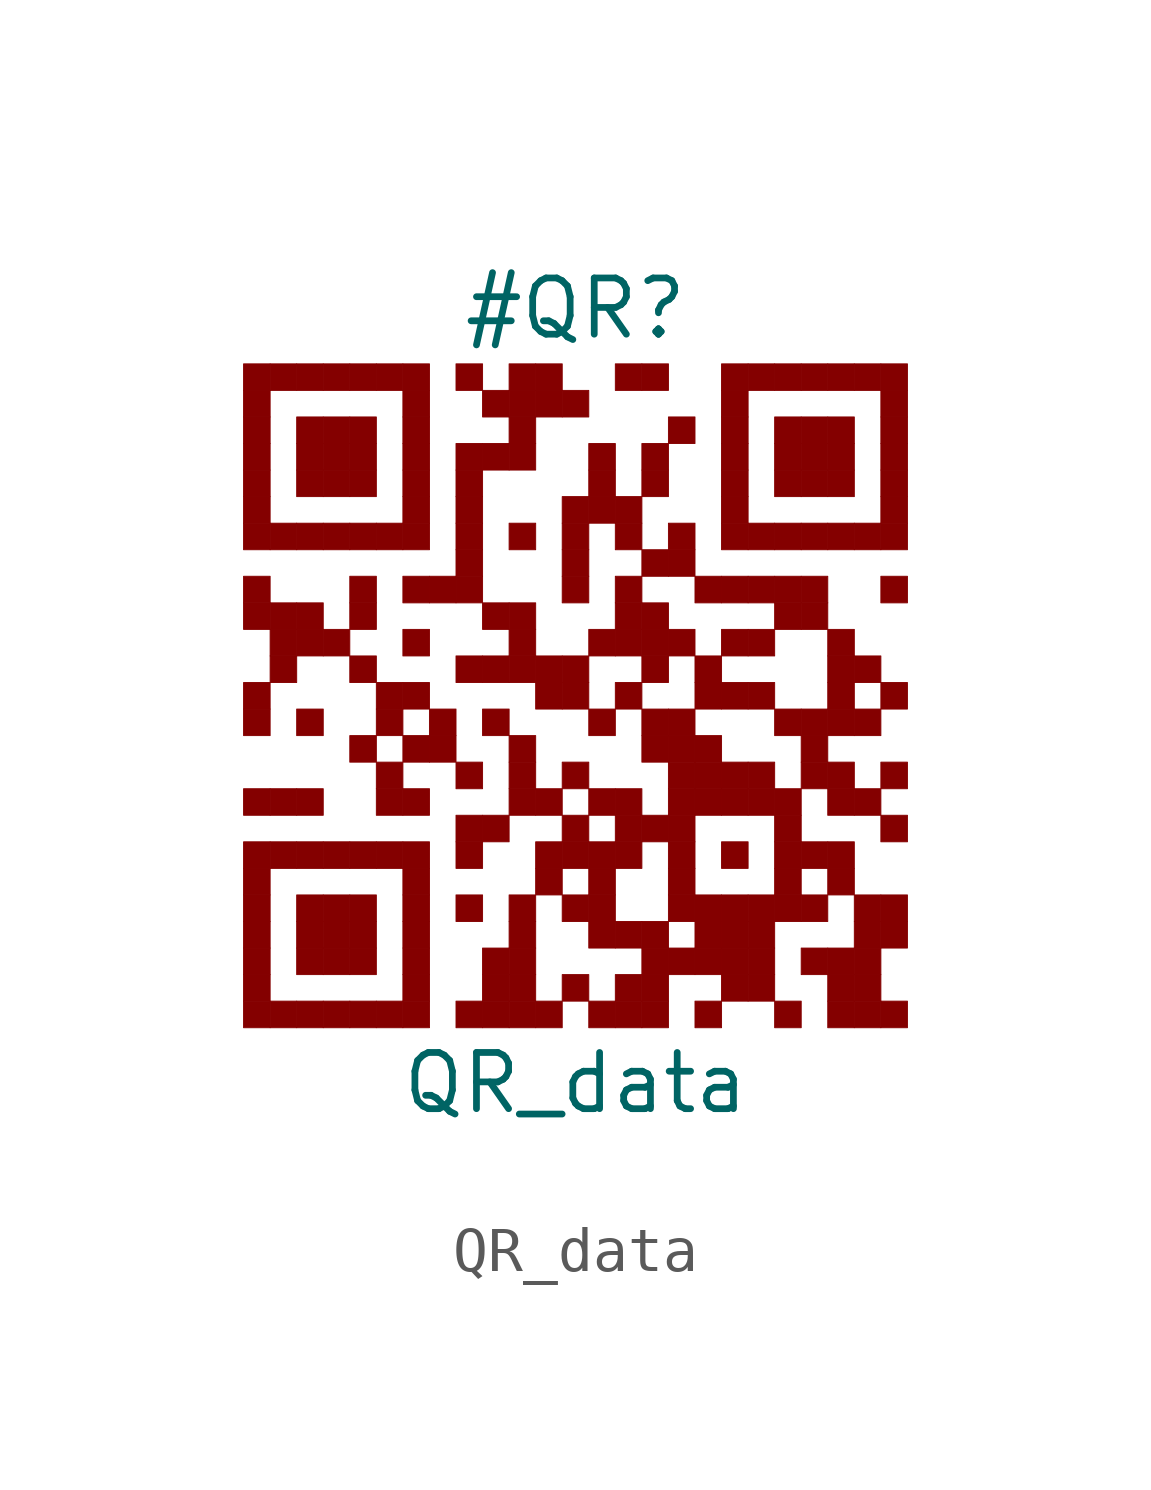
<source format=kicad_sym>
(kicad_symbol_lib
  (version 20211014)
  (generator kibot)
  (symbol "QR_data"
    (pin_numbers hide)
    (pin_names hide)
    (property "Reference" "#QR"
      (at 0 8.75 0))
    (property "Value" "QR_data"
      (at 0 -8.75 0))
    (rectangle
      (start -7.5 7.5)
      (end -6.9 6.9)
      (stroke (width 0.001) (type default))
      (fill (type outline)))
    (rectangle
      (start -6.9 7.5)
      (end -6.3 6.9)
      (stroke (width 0.001) (type default))
      (fill (type outline)))
    (rectangle
      (start -6.3 7.5)
      (end -5.7 6.9)
      (stroke (width 0.001) (type default))
      (fill (type outline)))
    (rectangle
      (start -5.7 7.5)
      (end -5.1 6.9)
      (stroke (width 0.001) (type default))
      (fill (type outline)))
    (rectangle
      (start -5.1 7.5)
      (end -4.5 6.9)
      (stroke (width 0.001) (type default))
      (fill (type outline)))
    (rectangle
      (start -4.5 7.5)
      (end -3.9 6.9)
      (stroke (width 0.001) (type default))
      (fill (type outline)))
    (rectangle
      (start -3.9 7.5)
      (end -3.3 6.9)
      (stroke (width 0.001) (type default))
      (fill (type outline)))
    (rectangle
      (start -2.7 7.5)
      (end -2.1 6.9)
      (stroke (width 0.001) (type default))
      (fill (type outline)))
    (rectangle
      (start -1.5 7.5)
      (end -0.9 6.9)
      (stroke (width 0.001) (type default))
      (fill (type outline)))
    (rectangle
      (start -0.9 7.5)
      (end -0.3 6.9)
      (stroke (width 0.001) (type default))
      (fill (type outline)))
    (rectangle
      (start 0.9 7.5)
      (end 1.5 6.9)
      (stroke (width 0.001) (type default))
      (fill (type outline)))
    (rectangle
      (start 1.5 7.5)
      (end 2.1 6.9)
      (stroke (width 0.001) (type default))
      (fill (type outline)))
    (rectangle
      (start 3.3 7.5)
      (end 3.9 6.9)
      (stroke (width 0.001) (type default))
      (fill (type outline)))
    (rectangle
      (start 3.9 7.5)
      (end 4.5 6.9)
      (stroke (width 0.001) (type default))
      (fill (type outline)))
    (rectangle
      (start 4.5 7.5)
      (end 5.1 6.9)
      (stroke (width 0.001) (type default))
      (fill (type outline)))
    (rectangle
      (start 5.1 7.5)
      (end 5.7 6.9)
      (stroke (width 0.001) (type default))
      (fill (type outline)))
    (rectangle
      (start 5.7 7.5)
      (end 6.3 6.9)
      (stroke (width 0.001) (type default))
      (fill (type outline)))
    (rectangle
      (start 6.3 7.5)
      (end 6.9 6.9)
      (stroke (width 0.001) (type default))
      (fill (type outline)))
    (rectangle
      (start 6.9 7.5)
      (end 7.5 6.9)
      (stroke (width 0.001) (type default))
      (fill (type outline)))
    (rectangle
      (start -7.5 6.9)
      (end -6.9 6.3)
      (stroke (width 0.001) (type default))
      (fill (type outline)))
    (rectangle
      (start -3.9 6.9)
      (end -3.3 6.3)
      (stroke (width 0.001) (type default))
      (fill (type outline)))
    (rectangle
      (start -2.1 6.9)
      (end -1.5 6.3)
      (stroke (width 0.001) (type default))
      (fill (type outline)))
    (rectangle
      (start -1.5 6.9)
      (end -0.9 6.3)
      (stroke (width 0.001) (type default))
      (fill (type outline)))
    (rectangle
      (start -0.9 6.9)
      (end -0.3 6.3)
      (stroke (width 0.001) (type default))
      (fill (type outline)))
    (rectangle
      (start -0.3 6.9)
      (end 0.3 6.3)
      (stroke (width 0.001) (type default))
      (fill (type outline)))
    (rectangle
      (start 3.3 6.9)
      (end 3.9 6.3)
      (stroke (width 0.001) (type default))
      (fill (type outline)))
    (rectangle
      (start 6.9 6.9)
      (end 7.5 6.3)
      (stroke (width 0.001) (type default))
      (fill (type outline)))
    (rectangle
      (start -7.5 6.3)
      (end -6.9 5.7)
      (stroke (width 0.001) (type default))
      (fill (type outline)))
    (rectangle
      (start -6.3 6.3)
      (end -5.7 5.7)
      (stroke (width 0.001) (type default))
      (fill (type outline)))
    (rectangle
      (start -5.7 6.3)
      (end -5.1 5.7)
      (stroke (width 0.001) (type default))
      (fill (type outline)))
    (rectangle
      (start -5.1 6.3)
      (end -4.5 5.7)
      (stroke (width 0.001) (type default))
      (fill (type outline)))
    (rectangle
      (start -3.9 6.3)
      (end -3.3 5.7)
      (stroke (width 0.001) (type default))
      (fill (type outline)))
    (rectangle
      (start -1.5 6.3)
      (end -0.9 5.7)
      (stroke (width 0.001) (type default))
      (fill (type outline)))
    (rectangle
      (start 2.1 6.3)
      (end 2.7 5.7)
      (stroke (width 0.001) (type default))
      (fill (type outline)))
    (rectangle
      (start 3.3 6.3)
      (end 3.9 5.7)
      (stroke (width 0.001) (type default))
      (fill (type outline)))
    (rectangle
      (start 4.5 6.3)
      (end 5.1 5.7)
      (stroke (width 0.001) (type default))
      (fill (type outline)))
    (rectangle
      (start 5.1 6.3)
      (end 5.7 5.7)
      (stroke (width 0.001) (type default))
      (fill (type outline)))
    (rectangle
      (start 5.7 6.3)
      (end 6.3 5.7)
      (stroke (width 0.001) (type default))
      (fill (type outline)))
    (rectangle
      (start 6.9 6.3)
      (end 7.5 5.7)
      (stroke (width 0.001) (type default))
      (fill (type outline)))
    (rectangle
      (start -7.5 5.7)
      (end -6.9 5.1)
      (stroke (width 0.001) (type default))
      (fill (type outline)))
    (rectangle
      (start -6.3 5.7)
      (end -5.7 5.1)
      (stroke (width 0.001) (type default))
      (fill (type outline)))
    (rectangle
      (start -5.7 5.7)
      (end -5.1 5.1)
      (stroke (width 0.001) (type default))
      (fill (type outline)))
    (rectangle
      (start -5.1 5.7)
      (end -4.5 5.1)
      (stroke (width 0.001) (type default))
      (fill (type outline)))
    (rectangle
      (start -3.9 5.7)
      (end -3.3 5.1)
      (stroke (width 0.001) (type default))
      (fill (type outline)))
    (rectangle
      (start -2.7 5.7)
      (end -2.1 5.1)
      (stroke (width 0.001) (type default))
      (fill (type outline)))
    (rectangle
      (start -2.1 5.7)
      (end -1.5 5.1)
      (stroke (width 0.001) (type default))
      (fill (type outline)))
    (rectangle
      (start -1.5 5.7)
      (end -0.9 5.1)
      (stroke (width 0.001) (type default))
      (fill (type outline)))
    (rectangle
      (start 0.3 5.7)
      (end 0.9 5.1)
      (stroke (width 0.001) (type default))
      (fill (type outline)))
    (rectangle
      (start 1.5 5.7)
      (end 2.1 5.1)
      (stroke (width 0.001) (type default))
      (fill (type outline)))
    (rectangle
      (start 3.3 5.7)
      (end 3.9 5.1)
      (stroke (width 0.001) (type default))
      (fill (type outline)))
    (rectangle
      (start 4.5 5.7)
      (end 5.1 5.1)
      (stroke (width 0.001) (type default))
      (fill (type outline)))
    (rectangle
      (start 5.1 5.7)
      (end 5.7 5.1)
      (stroke (width 0.001) (type default))
      (fill (type outline)))
    (rectangle
      (start 5.7 5.7)
      (end 6.3 5.1)
      (stroke (width 0.001) (type default))
      (fill (type outline)))
    (rectangle
      (start 6.9 5.7)
      (end 7.5 5.1)
      (stroke (width 0.001) (type default))
      (fill (type outline)))
    (rectangle
      (start -7.5 5.1)
      (end -6.9 4.5)
      (stroke (width 0.001) (type default))
      (fill (type outline)))
    (rectangle
      (start -6.3 5.1)
      (end -5.7 4.5)
      (stroke (width 0.001) (type default))
      (fill (type outline)))
    (rectangle
      (start -5.7 5.1)
      (end -5.1 4.5)
      (stroke (width 0.001) (type default))
      (fill (type outline)))
    (rectangle
      (start -5.1 5.1)
      (end -4.5 4.5)
      (stroke (width 0.001) (type default))
      (fill (type outline)))
    (rectangle
      (start -3.9 5.1)
      (end -3.3 4.5)
      (stroke (width 0.001) (type default))
      (fill (type outline)))
    (rectangle
      (start -2.7 5.1)
      (end -2.1 4.5)
      (stroke (width 0.001) (type default))
      (fill (type outline)))
    (rectangle
      (start 0.3 5.1)
      (end 0.9 4.5)
      (stroke (width 0.001) (type default))
      (fill (type outline)))
    (rectangle
      (start 1.5 5.1)
      (end 2.1 4.5)
      (stroke (width 0.001) (type default))
      (fill (type outline)))
    (rectangle
      (start 3.3 5.1)
      (end 3.9 4.5)
      (stroke (width 0.001) (type default))
      (fill (type outline)))
    (rectangle
      (start 4.5 5.1)
      (end 5.1 4.5)
      (stroke (width 0.001) (type default))
      (fill (type outline)))
    (rectangle
      (start 5.1 5.1)
      (end 5.7 4.5)
      (stroke (width 0.001) (type default))
      (fill (type outline)))
    (rectangle
      (start 5.7 5.1)
      (end 6.3 4.5)
      (stroke (width 0.001) (type default))
      (fill (type outline)))
    (rectangle
      (start 6.9 5.1)
      (end 7.5 4.5)
      (stroke (width 0.001) (type default))
      (fill (type outline)))
    (rectangle
      (start -7.5 4.5)
      (end -6.9 3.9)
      (stroke (width 0.001) (type default))
      (fill (type outline)))
    (rectangle
      (start -3.9 4.5)
      (end -3.3 3.9)
      (stroke (width 0.001) (type default))
      (fill (type outline)))
    (rectangle
      (start -2.7 4.5)
      (end -2.1 3.9)
      (stroke (width 0.001) (type default))
      (fill (type outline)))
    (rectangle
      (start -0.3 4.5)
      (end 0.3 3.9)
      (stroke (width 0.001) (type default))
      (fill (type outline)))
    (rectangle
      (start 0.3 4.5)
      (end 0.9 3.9)
      (stroke (width 0.001) (type default))
      (fill (type outline)))
    (rectangle
      (start 0.9 4.5)
      (end 1.5 3.9)
      (stroke (width 0.001) (type default))
      (fill (type outline)))
    (rectangle
      (start 3.3 4.5)
      (end 3.9 3.9)
      (stroke (width 0.001) (type default))
      (fill (type outline)))
    (rectangle
      (start 6.9 4.5)
      (end 7.5 3.9)
      (stroke (width 0.001) (type default))
      (fill (type outline)))
    (rectangle
      (start -7.5 3.9)
      (end -6.9 3.3)
      (stroke (width 0.001) (type default))
      (fill (type outline)))
    (rectangle
      (start -6.9 3.9)
      (end -6.3 3.3)
      (stroke (width 0.001) (type default))
      (fill (type outline)))
    (rectangle
      (start -6.3 3.9)
      (end -5.7 3.3)
      (stroke (width 0.001) (type default))
      (fill (type outline)))
    (rectangle
      (start -5.7 3.9)
      (end -5.1 3.3)
      (stroke (width 0.001) (type default))
      (fill (type outline)))
    (rectangle
      (start -5.1 3.9)
      (end -4.5 3.3)
      (stroke (width 0.001) (type default))
      (fill (type outline)))
    (rectangle
      (start -4.5 3.9)
      (end -3.9 3.3)
      (stroke (width 0.001) (type default))
      (fill (type outline)))
    (rectangle
      (start -3.9 3.9)
      (end -3.3 3.3)
      (stroke (width 0.001) (type default))
      (fill (type outline)))
    (rectangle
      (start -2.7 3.9)
      (end -2.1 3.3)
      (stroke (width 0.001) (type default))
      (fill (type outline)))
    (rectangle
      (start -1.5 3.9)
      (end -0.9 3.3)
      (stroke (width 0.001) (type default))
      (fill (type outline)))
    (rectangle
      (start -0.3 3.9)
      (end 0.3 3.3)
      (stroke (width 0.001) (type default))
      (fill (type outline)))
    (rectangle
      (start 0.9 3.9)
      (end 1.5 3.3)
      (stroke (width 0.001) (type default))
      (fill (type outline)))
    (rectangle
      (start 2.1 3.9)
      (end 2.7 3.3)
      (stroke (width 0.001) (type default))
      (fill (type outline)))
    (rectangle
      (start 3.3 3.9)
      (end 3.9 3.3)
      (stroke (width 0.001) (type default))
      (fill (type outline)))
    (rectangle
      (start 3.9 3.9)
      (end 4.5 3.3)
      (stroke (width 0.001) (type default))
      (fill (type outline)))
    (rectangle
      (start 4.5 3.9)
      (end 5.1 3.3)
      (stroke (width 0.001) (type default))
      (fill (type outline)))
    (rectangle
      (start 5.1 3.9)
      (end 5.7 3.3)
      (stroke (width 0.001) (type default))
      (fill (type outline)))
    (rectangle
      (start 5.7 3.9)
      (end 6.3 3.3)
      (stroke (width 0.001) (type default))
      (fill (type outline)))
    (rectangle
      (start 6.3 3.9)
      (end 6.9 3.3)
      (stroke (width 0.001) (type default))
      (fill (type outline)))
    (rectangle
      (start 6.9 3.9)
      (end 7.5 3.3)
      (stroke (width 0.001) (type default))
      (fill (type outline)))
    (rectangle
      (start -2.7 3.3)
      (end -2.1 2.7)
      (stroke (width 0.001) (type default))
      (fill (type outline)))
    (rectangle
      (start -0.3 3.3)
      (end 0.3 2.7)
      (stroke (width 0.001) (type default))
      (fill (type outline)))
    (rectangle
      (start 1.5 3.3)
      (end 2.1 2.7)
      (stroke (width 0.001) (type default))
      (fill (type outline)))
    (rectangle
      (start 2.1 3.3)
      (end 2.7 2.7)
      (stroke (width 0.001) (type default))
      (fill (type outline)))
    (rectangle
      (start -7.5 2.7)
      (end -6.9 2.1)
      (stroke (width 0.001) (type default))
      (fill (type outline)))
    (rectangle
      (start -5.1 2.7)
      (end -4.5 2.1)
      (stroke (width 0.001) (type default))
      (fill (type outline)))
    (rectangle
      (start -3.9 2.7)
      (end -3.3 2.1)
      (stroke (width 0.001) (type default))
      (fill (type outline)))
    (rectangle
      (start -3.3 2.7)
      (end -2.7 2.1)
      (stroke (width 0.001) (type default))
      (fill (type outline)))
    (rectangle
      (start -2.7 2.7)
      (end -2.1 2.1)
      (stroke (width 0.001) (type default))
      (fill (type outline)))
    (rectangle
      (start -0.3 2.7)
      (end 0.3 2.1)
      (stroke (width 0.001) (type default))
      (fill (type outline)))
    (rectangle
      (start 0.9 2.7)
      (end 1.5 2.1)
      (stroke (width 0.001) (type default))
      (fill (type outline)))
    (rectangle
      (start 2.7 2.7)
      (end 3.3 2.1)
      (stroke (width 0.001) (type default))
      (fill (type outline)))
    (rectangle
      (start 3.3 2.7)
      (end 3.9 2.1)
      (stroke (width 0.001) (type default))
      (fill (type outline)))
    (rectangle
      (start 3.9 2.7)
      (end 4.5 2.1)
      (stroke (width 0.001) (type default))
      (fill (type outline)))
    (rectangle
      (start 4.5 2.7)
      (end 5.1 2.1)
      (stroke (width 0.001) (type default))
      (fill (type outline)))
    (rectangle
      (start 5.1 2.7)
      (end 5.7 2.1)
      (stroke (width 0.001) (type default))
      (fill (type outline)))
    (rectangle
      (start 6.9 2.7)
      (end 7.5 2.1)
      (stroke (width 0.001) (type default))
      (fill (type outline)))
    (rectangle
      (start -7.5 2.1)
      (end -6.9 1.5)
      (stroke (width 0.001) (type default))
      (fill (type outline)))
    (rectangle
      (start -6.9 2.1)
      (end -6.3 1.5)
      (stroke (width 0.001) (type default))
      (fill (type outline)))
    (rectangle
      (start -6.3 2.1)
      (end -5.7 1.5)
      (stroke (width 0.001) (type default))
      (fill (type outline)))
    (rectangle
      (start -5.1 2.1)
      (end -4.5 1.5)
      (stroke (width 0.001) (type default))
      (fill (type outline)))
    (rectangle
      (start -2.1 2.1)
      (end -1.5 1.5)
      (stroke (width 0.001) (type default))
      (fill (type outline)))
    (rectangle
      (start -1.5 2.1)
      (end -0.9 1.5)
      (stroke (width 0.001) (type default))
      (fill (type outline)))
    (rectangle
      (start 0.9 2.1)
      (end 1.5 1.5)
      (stroke (width 0.001) (type default))
      (fill (type outline)))
    (rectangle
      (start 1.5 2.1)
      (end 2.1 1.5)
      (stroke (width 0.001) (type default))
      (fill (type outline)))
    (rectangle
      (start 4.5 2.1)
      (end 5.1 1.5)
      (stroke (width 0.001) (type default))
      (fill (type outline)))
    (rectangle
      (start 5.1 2.1)
      (end 5.7 1.5)
      (stroke (width 0.001) (type default))
      (fill (type outline)))
    (rectangle
      (start -6.9 1.5)
      (end -6.3 0.9)
      (stroke (width 0.001) (type default))
      (fill (type outline)))
    (rectangle
      (start -6.3 1.5)
      (end -5.7 0.9)
      (stroke (width 0.001) (type default))
      (fill (type outline)))
    (rectangle
      (start -5.7 1.5)
      (end -5.1 0.9)
      (stroke (width 0.001) (type default))
      (fill (type outline)))
    (rectangle
      (start -3.9 1.5)
      (end -3.3 0.9)
      (stroke (width 0.001) (type default))
      (fill (type outline)))
    (rectangle
      (start -1.5 1.5)
      (end -0.9 0.9)
      (stroke (width 0.001) (type default))
      (fill (type outline)))
    (rectangle
      (start 0.3 1.5)
      (end 0.9 0.9)
      (stroke (width 0.001) (type default))
      (fill (type outline)))
    (rectangle
      (start 0.9 1.5)
      (end 1.5 0.9)
      (stroke (width 0.001) (type default))
      (fill (type outline)))
    (rectangle
      (start 1.5 1.5)
      (end 2.1 0.9)
      (stroke (width 0.001) (type default))
      (fill (type outline)))
    (rectangle
      (start 2.1 1.5)
      (end 2.7 0.9)
      (stroke (width 0.001) (type default))
      (fill (type outline)))
    (rectangle
      (start 3.3 1.5)
      (end 3.9 0.9)
      (stroke (width 0.001) (type default))
      (fill (type outline)))
    (rectangle
      (start 3.9 1.5)
      (end 4.5 0.9)
      (stroke (width 0.001) (type default))
      (fill (type outline)))
    (rectangle
      (start 5.7 1.5)
      (end 6.3 0.9)
      (stroke (width 0.001) (type default))
      (fill (type outline)))
    (rectangle
      (start -6.9 0.9)
      (end -6.3 0.3)
      (stroke (width 0.001) (type default))
      (fill (type outline)))
    (rectangle
      (start -5.1 0.9)
      (end -4.5 0.3)
      (stroke (width 0.001) (type default))
      (fill (type outline)))
    (rectangle
      (start -2.7 0.9)
      (end -2.1 0.3)
      (stroke (width 0.001) (type default))
      (fill (type outline)))
    (rectangle
      (start -2.1 0.9)
      (end -1.5 0.3)
      (stroke (width 0.001) (type default))
      (fill (type outline)))
    (rectangle
      (start -1.5 0.9)
      (end -0.9 0.3)
      (stroke (width 0.001) (type default))
      (fill (type outline)))
    (rectangle
      (start -0.9 0.9)
      (end -0.3 0.3)
      (stroke (width 0.001) (type default))
      (fill (type outline)))
    (rectangle
      (start -0.3 0.9)
      (end 0.3 0.3)
      (stroke (width 0.001) (type default))
      (fill (type outline)))
    (rectangle
      (start 1.5 0.9)
      (end 2.1 0.3)
      (stroke (width 0.001) (type default))
      (fill (type outline)))
    (rectangle
      (start 2.7 0.9)
      (end 3.3 0.3)
      (stroke (width 0.001) (type default))
      (fill (type outline)))
    (rectangle
      (start 5.7 0.9)
      (end 6.3 0.3)
      (stroke (width 0.001) (type default))
      (fill (type outline)))
    (rectangle
      (start 6.3 0.9)
      (end 6.9 0.3)
      (stroke (width 0.001) (type default))
      (fill (type outline)))
    (rectangle
      (start -7.5 0.3)
      (end -6.9 -0.3)
      (stroke (width 0.001) (type default))
      (fill (type outline)))
    (rectangle
      (start -4.5 0.3)
      (end -3.9 -0.3)
      (stroke (width 0.001) (type default))
      (fill (type outline)))
    (rectangle
      (start -3.9 0.3)
      (end -3.3 -0.3)
      (stroke (width 0.001) (type default))
      (fill (type outline)))
    (rectangle
      (start -0.9 0.3)
      (end -0.3 -0.3)
      (stroke (width 0.001) (type default))
      (fill (type outline)))
    (rectangle
      (start -0.3 0.3)
      (end 0.3 -0.3)
      (stroke (width 0.001) (type default))
      (fill (type outline)))
    (rectangle
      (start 0.9 0.3)
      (end 1.5 -0.3)
      (stroke (width 0.001) (type default))
      (fill (type outline)))
    (rectangle
      (start 2.7 0.3)
      (end 3.3 -0.3)
      (stroke (width 0.001) (type default))
      (fill (type outline)))
    (rectangle
      (start 3.3 0.3)
      (end 3.9 -0.3)
      (stroke (width 0.001) (type default))
      (fill (type outline)))
    (rectangle
      (start 3.9 0.3)
      (end 4.5 -0.3)
      (stroke (width 0.001) (type default))
      (fill (type outline)))
    (rectangle
      (start 5.7 0.3)
      (end 6.3 -0.3)
      (stroke (width 0.001) (type default))
      (fill (type outline)))
    (rectangle
      (start 6.9 0.3)
      (end 7.5 -0.3)
      (stroke (width 0.001) (type default))
      (fill (type outline)))
    (rectangle
      (start -7.5 -0.3)
      (end -6.9 -0.9)
      (stroke (width 0.001) (type default))
      (fill (type outline)))
    (rectangle
      (start -6.3 -0.3)
      (end -5.7 -0.9)
      (stroke (width 0.001) (type default))
      (fill (type outline)))
    (rectangle
      (start -4.5 -0.3)
      (end -3.9 -0.9)
      (stroke (width 0.001) (type default))
      (fill (type outline)))
    (rectangle
      (start -3.3 -0.3)
      (end -2.7 -0.9)
      (stroke (width 0.001) (type default))
      (fill (type outline)))
    (rectangle
      (start -2.1 -0.3)
      (end -1.5 -0.9)
      (stroke (width 0.001) (type default))
      (fill (type outline)))
    (rectangle
      (start 0.3 -0.3)
      (end 0.9 -0.9)
      (stroke (width 0.001) (type default))
      (fill (type outline)))
    (rectangle
      (start 1.5 -0.3)
      (end 2.1 -0.9)
      (stroke (width 0.001) (type default))
      (fill (type outline)))
    (rectangle
      (start 2.1 -0.3)
      (end 2.7 -0.9)
      (stroke (width 0.001) (type default))
      (fill (type outline)))
    (rectangle
      (start 4.5 -0.3)
      (end 5.1 -0.9)
      (stroke (width 0.001) (type default))
      (fill (type outline)))
    (rectangle
      (start 5.1 -0.3)
      (end 5.7 -0.9)
      (stroke (width 0.001) (type default))
      (fill (type outline)))
    (rectangle
      (start 5.7 -0.3)
      (end 6.3 -0.9)
      (stroke (width 0.001) (type default))
      (fill (type outline)))
    (rectangle
      (start 6.3 -0.3)
      (end 6.9 -0.9)
      (stroke (width 0.001) (type default))
      (fill (type outline)))
    (rectangle
      (start -5.1 -0.9)
      (end -4.5 -1.5)
      (stroke (width 0.001) (type default))
      (fill (type outline)))
    (rectangle
      (start -3.9 -0.9)
      (end -3.3 -1.5)
      (stroke (width 0.001) (type default))
      (fill (type outline)))
    (rectangle
      (start -3.3 -0.9)
      (end -2.7 -1.5)
      (stroke (width 0.001) (type default))
      (fill (type outline)))
    (rectangle
      (start -1.5 -0.9)
      (end -0.9 -1.5)
      (stroke (width 0.001) (type default))
      (fill (type outline)))
    (rectangle
      (start 1.5 -0.9)
      (end 2.1 -1.5)
      (stroke (width 0.001) (type default))
      (fill (type outline)))
    (rectangle
      (start 2.1 -0.9)
      (end 2.7 -1.5)
      (stroke (width 0.001) (type default))
      (fill (type outline)))
    (rectangle
      (start 2.7 -0.9)
      (end 3.3 -1.5)
      (stroke (width 0.001) (type default))
      (fill (type outline)))
    (rectangle
      (start 5.1 -0.9)
      (end 5.7 -1.5)
      (stroke (width 0.001) (type default))
      (fill (type outline)))
    (rectangle
      (start -4.5 -1.5)
      (end -3.9 -2.1)
      (stroke (width 0.001) (type default))
      (fill (type outline)))
    (rectangle
      (start -2.7 -1.5)
      (end -2.1 -2.1)
      (stroke (width 0.001) (type default))
      (fill (type outline)))
    (rectangle
      (start -1.5 -1.5)
      (end -0.9 -2.1)
      (stroke (width 0.001) (type default))
      (fill (type outline)))
    (rectangle
      (start -0.3 -1.5)
      (end 0.3 -2.1)
      (stroke (width 0.001) (type default))
      (fill (type outline)))
    (rectangle
      (start 2.1 -1.5)
      (end 2.7 -2.1)
      (stroke (width 0.001) (type default))
      (fill (type outline)))
    (rectangle
      (start 2.7 -1.5)
      (end 3.3 -2.1)
      (stroke (width 0.001) (type default))
      (fill (type outline)))
    (rectangle
      (start 3.3 -1.5)
      (end 3.9 -2.1)
      (stroke (width 0.001) (type default))
      (fill (type outline)))
    (rectangle
      (start 3.9 -1.5)
      (end 4.5 -2.1)
      (stroke (width 0.001) (type default))
      (fill (type outline)))
    (rectangle
      (start 5.1 -1.5)
      (end 5.7 -2.1)
      (stroke (width 0.001) (type default))
      (fill (type outline)))
    (rectangle
      (start 5.7 -1.5)
      (end 6.3 -2.1)
      (stroke (width 0.001) (type default))
      (fill (type outline)))
    (rectangle
      (start 6.9 -1.5)
      (end 7.5 -2.1)
      (stroke (width 0.001) (type default))
      (fill (type outline)))
    (rectangle
      (start -7.5 -2.1)
      (end -6.9 -2.7)
      (stroke (width 0.001) (type default))
      (fill (type outline)))
    (rectangle
      (start -6.9 -2.1)
      (end -6.3 -2.7)
      (stroke (width 0.001) (type default))
      (fill (type outline)))
    (rectangle
      (start -6.3 -2.1)
      (end -5.7 -2.7)
      (stroke (width 0.001) (type default))
      (fill (type outline)))
    (rectangle
      (start -4.5 -2.1)
      (end -3.9 -2.7)
      (stroke (width 0.001) (type default))
      (fill (type outline)))
    (rectangle
      (start -3.9 -2.1)
      (end -3.3 -2.7)
      (stroke (width 0.001) (type default))
      (fill (type outline)))
    (rectangle
      (start -1.5 -2.1)
      (end -0.9 -2.7)
      (stroke (width 0.001) (type default))
      (fill (type outline)))
    (rectangle
      (start -0.9 -2.1)
      (end -0.3 -2.7)
      (stroke (width 0.001) (type default))
      (fill (type outline)))
    (rectangle
      (start 0.3 -2.1)
      (end 0.9 -2.7)
      (stroke (width 0.001) (type default))
      (fill (type outline)))
    (rectangle
      (start 0.9 -2.1)
      (end 1.5 -2.7)
      (stroke (width 0.001) (type default))
      (fill (type outline)))
    (rectangle
      (start 2.1 -2.1)
      (end 2.7 -2.7)
      (stroke (width 0.001) (type default))
      (fill (type outline)))
    (rectangle
      (start 2.7 -2.1)
      (end 3.3 -2.7)
      (stroke (width 0.001) (type default))
      (fill (type outline)))
    (rectangle
      (start 3.3 -2.1)
      (end 3.9 -2.7)
      (stroke (width 0.001) (type default))
      (fill (type outline)))
    (rectangle
      (start 3.9 -2.1)
      (end 4.5 -2.7)
      (stroke (width 0.001) (type default))
      (fill (type outline)))
    (rectangle
      (start 4.5 -2.1)
      (end 5.1 -2.7)
      (stroke (width 0.001) (type default))
      (fill (type outline)))
    (rectangle
      (start 5.7 -2.1)
      (end 6.3 -2.7)
      (stroke (width 0.001) (type default))
      (fill (type outline)))
    (rectangle
      (start 6.3 -2.1)
      (end 6.9 -2.7)
      (stroke (width 0.001) (type default))
      (fill (type outline)))
    (rectangle
      (start -2.7 -2.7)
      (end -2.1 -3.3)
      (stroke (width 0.001) (type default))
      (fill (type outline)))
    (rectangle
      (start -2.1 -2.7)
      (end -1.5 -3.3)
      (stroke (width 0.001) (type default))
      (fill (type outline)))
    (rectangle
      (start -0.3 -2.7)
      (end 0.3 -3.3)
      (stroke (width 0.001) (type default))
      (fill (type outline)))
    (rectangle
      (start 0.9 -2.7)
      (end 1.5 -3.3)
      (stroke (width 0.001) (type default))
      (fill (type outline)))
    (rectangle
      (start 1.5 -2.7)
      (end 2.1 -3.3)
      (stroke (width 0.001) (type default))
      (fill (type outline)))
    (rectangle
      (start 2.1 -2.7)
      (end 2.7 -3.3)
      (stroke (width 0.001) (type default))
      (fill (type outline)))
    (rectangle
      (start 4.5 -2.7)
      (end 5.1 -3.3)
      (stroke (width 0.001) (type default))
      (fill (type outline)))
    (rectangle
      (start 6.9 -2.7)
      (end 7.5 -3.3)
      (stroke (width 0.001) (type default))
      (fill (type outline)))
    (rectangle
      (start -7.5 -3.3)
      (end -6.9 -3.9)
      (stroke (width 0.001) (type default))
      (fill (type outline)))
    (rectangle
      (start -6.9 -3.3)
      (end -6.3 -3.9)
      (stroke (width 0.001) (type default))
      (fill (type outline)))
    (rectangle
      (start -6.3 -3.3)
      (end -5.7 -3.9)
      (stroke (width 0.001) (type default))
      (fill (type outline)))
    (rectangle
      (start -5.7 -3.3)
      (end -5.1 -3.9)
      (stroke (width 0.001) (type default))
      (fill (type outline)))
    (rectangle
      (start -5.1 -3.3)
      (end -4.5 -3.9)
      (stroke (width 0.001) (type default))
      (fill (type outline)))
    (rectangle
      (start -4.5 -3.3)
      (end -3.9 -3.9)
      (stroke (width 0.001) (type default))
      (fill (type outline)))
    (rectangle
      (start -3.9 -3.3)
      (end -3.3 -3.9)
      (stroke (width 0.001) (type default))
      (fill (type outline)))
    (rectangle
      (start -2.7 -3.3)
      (end -2.1 -3.9)
      (stroke (width 0.001) (type default))
      (fill (type outline)))
    (rectangle
      (start -0.9 -3.3)
      (end -0.3 -3.9)
      (stroke (width 0.001) (type default))
      (fill (type outline)))
    (rectangle
      (start -0.3 -3.3)
      (end 0.3 -3.9)
      (stroke (width 0.001) (type default))
      (fill (type outline)))
    (rectangle
      (start 0.3 -3.3)
      (end 0.9 -3.9)
      (stroke (width 0.001) (type default))
      (fill (type outline)))
    (rectangle
      (start 0.9 -3.3)
      (end 1.5 -3.9)
      (stroke (width 0.001) (type default))
      (fill (type outline)))
    (rectangle
      (start 2.1 -3.3)
      (end 2.7 -3.9)
      (stroke (width 0.001) (type default))
      (fill (type outline)))
    (rectangle
      (start 3.3 -3.3)
      (end 3.9 -3.9)
      (stroke (width 0.001) (type default))
      (fill (type outline)))
    (rectangle
      (start 4.5 -3.3)
      (end 5.1 -3.9)
      (stroke (width 0.001) (type default))
      (fill (type outline)))
    (rectangle
      (start 5.1 -3.3)
      (end 5.7 -3.9)
      (stroke (width 0.001) (type default))
      (fill (type outline)))
    (rectangle
      (start 5.7 -3.3)
      (end 6.3 -3.9)
      (stroke (width 0.001) (type default))
      (fill (type outline)))
    (rectangle
      (start -7.5 -3.9)
      (end -6.9 -4.5)
      (stroke (width 0.001) (type default))
      (fill (type outline)))
    (rectangle
      (start -3.9 -3.9)
      (end -3.3 -4.5)
      (stroke (width 0.001) (type default))
      (fill (type outline)))
    (rectangle
      (start -0.9 -3.9)
      (end -0.3 -4.5)
      (stroke (width 0.001) (type default))
      (fill (type outline)))
    (rectangle
      (start 0.3 -3.9)
      (end 0.9 -4.5)
      (stroke (width 0.001) (type default))
      (fill (type outline)))
    (rectangle
      (start 2.1 -3.9)
      (end 2.7 -4.5)
      (stroke (width 0.001) (type default))
      (fill (type outline)))
    (rectangle
      (start 4.5 -3.9)
      (end 5.1 -4.5)
      (stroke (width 0.001) (type default))
      (fill (type outline)))
    (rectangle
      (start 5.7 -3.9)
      (end 6.3 -4.5)
      (stroke (width 0.001) (type default))
      (fill (type outline)))
    (rectangle
      (start -7.5 -4.5)
      (end -6.9 -5.1)
      (stroke (width 0.001) (type default))
      (fill (type outline)))
    (rectangle
      (start -6.3 -4.5)
      (end -5.7 -5.1)
      (stroke (width 0.001) (type default))
      (fill (type outline)))
    (rectangle
      (start -5.7 -4.5)
      (end -5.1 -5.1)
      (stroke (width 0.001) (type default))
      (fill (type outline)))
    (rectangle
      (start -5.1 -4.5)
      (end -4.5 -5.1)
      (stroke (width 0.001) (type default))
      (fill (type outline)))
    (rectangle
      (start -3.9 -4.5)
      (end -3.3 -5.1)
      (stroke (width 0.001) (type default))
      (fill (type outline)))
    (rectangle
      (start -2.7 -4.5)
      (end -2.1 -5.1)
      (stroke (width 0.001) (type default))
      (fill (type outline)))
    (rectangle
      (start -1.5 -4.5)
      (end -0.9 -5.1)
      (stroke (width 0.001) (type default))
      (fill (type outline)))
    (rectangle
      (start -0.3 -4.5)
      (end 0.3 -5.1)
      (stroke (width 0.001) (type default))
      (fill (type outline)))
    (rectangle
      (start 0.3 -4.5)
      (end 0.9 -5.1)
      (stroke (width 0.001) (type default))
      (fill (type outline)))
    (rectangle
      (start 2.1 -4.5)
      (end 2.7 -5.1)
      (stroke (width 0.001) (type default))
      (fill (type outline)))
    (rectangle
      (start 2.7 -4.5)
      (end 3.3 -5.1)
      (stroke (width 0.001) (type default))
      (fill (type outline)))
    (rectangle
      (start 3.3 -4.5)
      (end 3.9 -5.1)
      (stroke (width 0.001) (type default))
      (fill (type outline)))
    (rectangle
      (start 3.9 -4.5)
      (end 4.5 -5.1)
      (stroke (width 0.001) (type default))
      (fill (type outline)))
    (rectangle
      (start 4.5 -4.5)
      (end 5.1 -5.1)
      (stroke (width 0.001) (type default))
      (fill (type outline)))
    (rectangle
      (start 5.1 -4.5)
      (end 5.7 -5.1)
      (stroke (width 0.001) (type default))
      (fill (type outline)))
    (rectangle
      (start 6.3 -4.5)
      (end 6.9 -5.1)
      (stroke (width 0.001) (type default))
      (fill (type outline)))
    (rectangle
      (start 6.9 -4.5)
      (end 7.5 -5.1)
      (stroke (width 0.001) (type default))
      (fill (type outline)))
    (rectangle
      (start -7.5 -5.1)
      (end -6.9 -5.7)
      (stroke (width 0.001) (type default))
      (fill (type outline)))
    (rectangle
      (start -6.3 -5.1)
      (end -5.7 -5.7)
      (stroke (width 0.001) (type default))
      (fill (type outline)))
    (rectangle
      (start -5.7 -5.1)
      (end -5.1 -5.7)
      (stroke (width 0.001) (type default))
      (fill (type outline)))
    (rectangle
      (start -5.1 -5.1)
      (end -4.5 -5.7)
      (stroke (width 0.001) (type default))
      (fill (type outline)))
    (rectangle
      (start -3.9 -5.1)
      (end -3.3 -5.7)
      (stroke (width 0.001) (type default))
      (fill (type outline)))
    (rectangle
      (start -1.5 -5.1)
      (end -0.9 -5.7)
      (stroke (width 0.001) (type default))
      (fill (type outline)))
    (rectangle
      (start 0.3 -5.1)
      (end 0.9 -5.7)
      (stroke (width 0.001) (type default))
      (fill (type outline)))
    (rectangle
      (start 0.9 -5.1)
      (end 1.5 -5.7)
      (stroke (width 0.001) (type default))
      (fill (type outline)))
    (rectangle
      (start 1.5 -5.1)
      (end 2.1 -5.7)
      (stroke (width 0.001) (type default))
      (fill (type outline)))
    (rectangle
      (start 2.7 -5.1)
      (end 3.3 -5.7)
      (stroke (width 0.001) (type default))
      (fill (type outline)))
    (rectangle
      (start 3.3 -5.1)
      (end 3.9 -5.7)
      (stroke (width 0.001) (type default))
      (fill (type outline)))
    (rectangle
      (start 3.9 -5.1)
      (end 4.5 -5.7)
      (stroke (width 0.001) (type default))
      (fill (type outline)))
    (rectangle
      (start 6.3 -5.1)
      (end 6.9 -5.7)
      (stroke (width 0.001) (type default))
      (fill (type outline)))
    (rectangle
      (start 6.9 -5.1)
      (end 7.5 -5.7)
      (stroke (width 0.001) (type default))
      (fill (type outline)))
    (rectangle
      (start -7.5 -5.7)
      (end -6.9 -6.3)
      (stroke (width 0.001) (type default))
      (fill (type outline)))
    (rectangle
      (start -6.3 -5.7)
      (end -5.7 -6.3)
      (stroke (width 0.001) (type default))
      (fill (type outline)))
    (rectangle
      (start -5.7 -5.7)
      (end -5.1 -6.3)
      (stroke (width 0.001) (type default))
      (fill (type outline)))
    (rectangle
      (start -5.1 -5.7)
      (end -4.5 -6.3)
      (stroke (width 0.001) (type default))
      (fill (type outline)))
    (rectangle
      (start -3.9 -5.7)
      (end -3.3 -6.3)
      (stroke (width 0.001) (type default))
      (fill (type outline)))
    (rectangle
      (start -2.1 -5.7)
      (end -1.5 -6.3)
      (stroke (width 0.001) (type default))
      (fill (type outline)))
    (rectangle
      (start -1.5 -5.7)
      (end -0.9 -6.3)
      (stroke (width 0.001) (type default))
      (fill (type outline)))
    (rectangle
      (start 1.5 -5.7)
      (end 2.1 -6.3)
      (stroke (width 0.001) (type default))
      (fill (type outline)))
    (rectangle
      (start 2.1 -5.7)
      (end 2.7 -6.3)
      (stroke (width 0.001) (type default))
      (fill (type outline)))
    (rectangle
      (start 2.7 -5.7)
      (end 3.3 -6.3)
      (stroke (width 0.001) (type default))
      (fill (type outline)))
    (rectangle
      (start 3.3 -5.7)
      (end 3.9 -6.3)
      (stroke (width 0.001) (type default))
      (fill (type outline)))
    (rectangle
      (start 3.9 -5.7)
      (end 4.5 -6.3)
      (stroke (width 0.001) (type default))
      (fill (type outline)))
    (rectangle
      (start 5.1 -5.7)
      (end 5.7 -6.3)
      (stroke (width 0.001) (type default))
      (fill (type outline)))
    (rectangle
      (start 5.7 -5.7)
      (end 6.3 -6.3)
      (stroke (width 0.001) (type default))
      (fill (type outline)))
    (rectangle
      (start 6.3 -5.7)
      (end 6.9 -6.3)
      (stroke (width 0.001) (type default))
      (fill (type outline)))
    (rectangle
      (start -7.5 -6.3)
      (end -6.9 -6.9)
      (stroke (width 0.001) (type default))
      (fill (type outline)))
    (rectangle
      (start -3.9 -6.3)
      (end -3.3 -6.9)
      (stroke (width 0.001) (type default))
      (fill (type outline)))
    (rectangle
      (start -2.1 -6.3)
      (end -1.5 -6.9)
      (stroke (width 0.001) (type default))
      (fill (type outline)))
    (rectangle
      (start -1.5 -6.3)
      (end -0.9 -6.9)
      (stroke (width 0.001) (type default))
      (fill (type outline)))
    (rectangle
      (start -0.3 -6.3)
      (end 0.3 -6.9)
      (stroke (width 0.001) (type default))
      (fill (type outline)))
    (rectangle
      (start 0.9 -6.3)
      (end 1.5 -6.9)
      (stroke (width 0.001) (type default))
      (fill (type outline)))
    (rectangle
      (start 1.5 -6.3)
      (end 2.1 -6.9)
      (stroke (width 0.001) (type default))
      (fill (type outline)))
    (rectangle
      (start 3.3 -6.3)
      (end 3.9 -6.9)
      (stroke (width 0.001) (type default))
      (fill (type outline)))
    (rectangle
      (start 3.9 -6.3)
      (end 4.5 -6.9)
      (stroke (width 0.001) (type default))
      (fill (type outline)))
    (rectangle
      (start 5.7 -6.3)
      (end 6.3 -6.9)
      (stroke (width 0.001) (type default))
      (fill (type outline)))
    (rectangle
      (start 6.3 -6.3)
      (end 6.9 -6.9)
      (stroke (width 0.001) (type default))
      (fill (type outline)))
    (rectangle
      (start -7.5 -6.9)
      (end -6.9 -7.5)
      (stroke (width 0.001) (type default))
      (fill (type outline)))
    (rectangle
      (start -6.9 -6.9)
      (end -6.3 -7.5)
      (stroke (width 0.001) (type default))
      (fill (type outline)))
    (rectangle
      (start -6.3 -6.9)
      (end -5.7 -7.5)
      (stroke (width 0.001) (type default))
      (fill (type outline)))
    (rectangle
      (start -5.7 -6.9)
      (end -5.1 -7.5)
      (stroke (width 0.001) (type default))
      (fill (type outline)))
    (rectangle
      (start -5.1 -6.9)
      (end -4.5 -7.5)
      (stroke (width 0.001) (type default))
      (fill (type outline)))
    (rectangle
      (start -4.5 -6.9)
      (end -3.9 -7.5)
      (stroke (width 0.001) (type default))
      (fill (type outline)))
    (rectangle
      (start -3.9 -6.9)
      (end -3.3 -7.5)
      (stroke (width 0.001) (type default))
      (fill (type outline)))
    (rectangle
      (start -2.7 -6.9)
      (end -2.1 -7.5)
      (stroke (width 0.001) (type default))
      (fill (type outline)))
    (rectangle
      (start -2.1 -6.9)
      (end -1.5 -7.5)
      (stroke (width 0.001) (type default))
      (fill (type outline)))
    (rectangle
      (start -1.5 -6.9)
      (end -0.9 -7.5)
      (stroke (width 0.001) (type default))
      (fill (type outline)))
    (rectangle
      (start -0.9 -6.9)
      (end -0.3 -7.5)
      (stroke (width 0.001) (type default))
      (fill (type outline)))
    (rectangle
      (start 0.3 -6.9)
      (end 0.9 -7.5)
      (stroke (width 0.001) (type default))
      (fill (type outline)))
    (rectangle
      (start 0.9 -6.9)
      (end 1.5 -7.5)
      (stroke (width 0.001) (type default))
      (fill (type outline)))
    (rectangle
      (start 1.5 -6.9)
      (end 2.1 -7.5)
      (stroke (width 0.001) (type default))
      (fill (type outline)))
    (rectangle
      (start 2.7 -6.9)
      (end 3.3 -7.5)
      (stroke (width 0.001) (type default))
      (fill (type outline)))
    (rectangle
      (start 4.5 -6.9)
      (end 5.1 -7.5)
      (stroke (width 0.001) (type default))
      (fill (type outline)))
    (rectangle
      (start 5.7 -6.9)
      (end 6.3 -7.5)
      (stroke (width 0.001) (type default))
      (fill (type outline)))
    (rectangle
      (start 6.3 -6.9)
      (end 6.9 -7.5)
      (stroke (width 0.001) (type default))
      (fill (type outline)))
    (rectangle
      (start 6.9 -6.9)
      (end 7.5 -7.5)
      (stroke (width 0.001) (type default))
      (fill (type outline)))))
</source>
